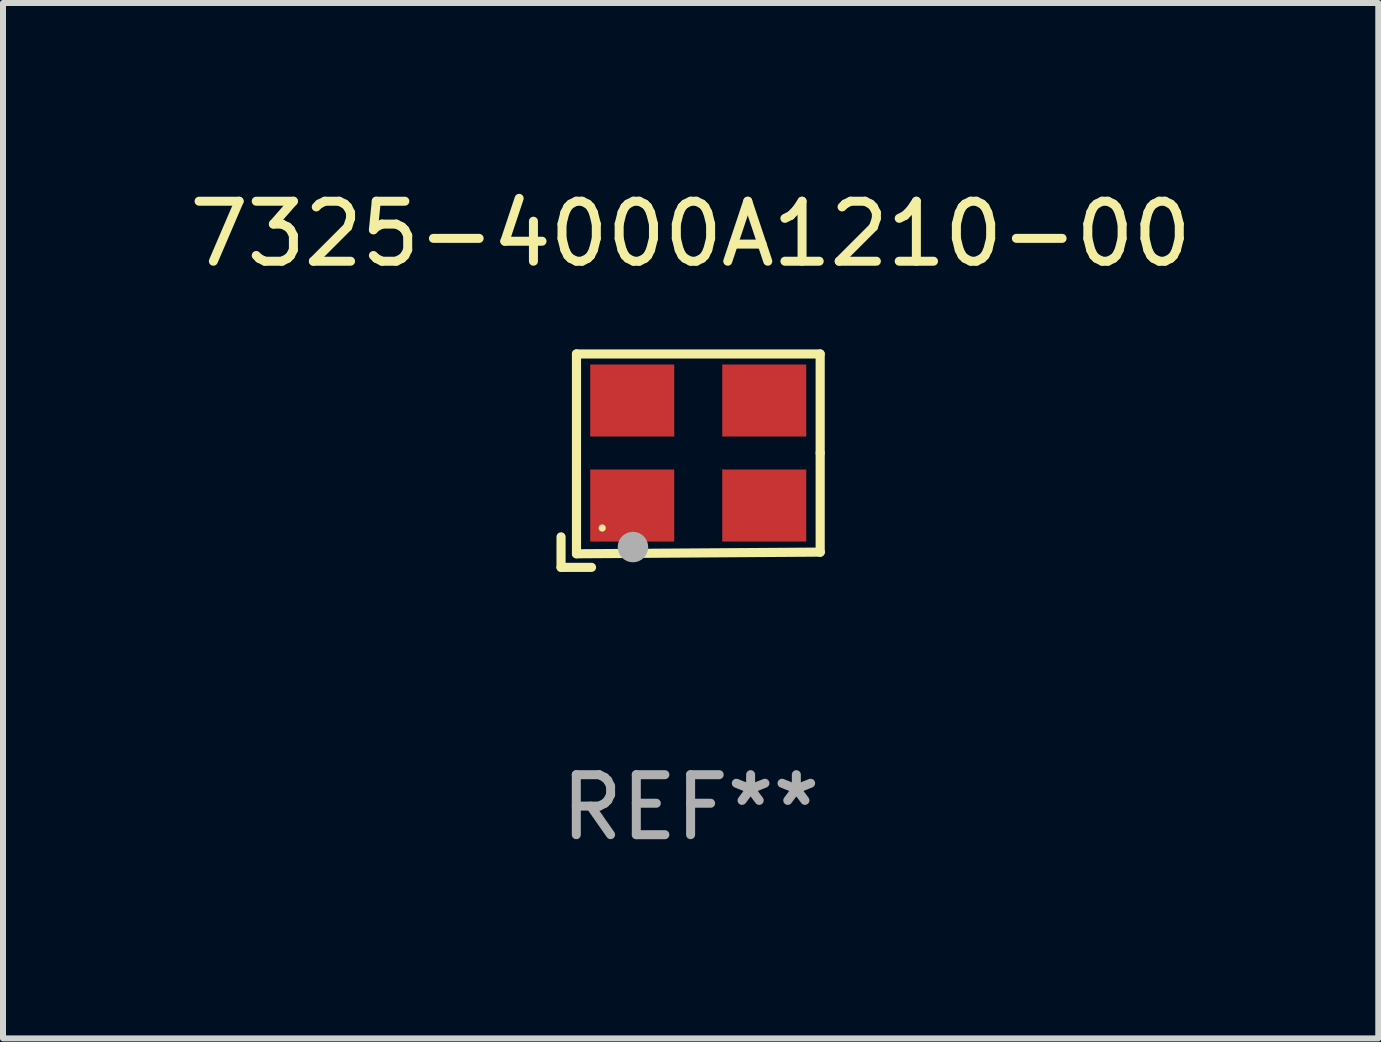
<source format=kicad_pcb>
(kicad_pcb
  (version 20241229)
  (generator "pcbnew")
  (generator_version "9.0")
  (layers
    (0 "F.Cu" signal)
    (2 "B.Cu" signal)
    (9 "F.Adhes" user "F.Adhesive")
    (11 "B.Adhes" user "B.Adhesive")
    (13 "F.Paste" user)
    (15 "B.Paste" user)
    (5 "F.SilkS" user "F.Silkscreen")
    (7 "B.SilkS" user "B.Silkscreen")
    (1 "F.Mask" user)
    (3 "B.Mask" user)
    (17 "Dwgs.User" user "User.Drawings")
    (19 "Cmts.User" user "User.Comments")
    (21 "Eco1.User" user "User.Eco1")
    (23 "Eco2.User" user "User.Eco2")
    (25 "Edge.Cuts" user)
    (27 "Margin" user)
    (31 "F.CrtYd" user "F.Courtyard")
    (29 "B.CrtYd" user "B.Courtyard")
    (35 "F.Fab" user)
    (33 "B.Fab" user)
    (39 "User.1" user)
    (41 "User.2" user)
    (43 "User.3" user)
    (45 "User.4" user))
  (footprint "7325-4000A1210-00"
    (layer "F.Cu")
    (at 8.458 4.626)
    (property "Reference" "7325-4000A1210-00" (at 0 -3.778 0) (layer "F.SilkS") (effects (font (size 1 1) (thickness 0.15))))
    (attr through_hole)
    (fp_line (start -2.159 1.27) (end -2.159 1.778) (stroke (width 0.152) (type solid)) (layer "F.SilkS"))
    (fp_line (start -2.159 1.778) (end -1.651 1.778) (stroke (width 0.152) (type solid)) (layer "F.SilkS"))
    (fp_line (start -1.902 -1.778) (end 2.159 -1.778) (stroke (width 0.152) (type solid)) (layer "F.SilkS"))
    (fp_line (start -1.902 1.552) (end -1.902 -1.778) (stroke (width 0.152) (type solid)) (layer "F.SilkS"))
    (fp_line (start 2.159 -1.778) (end 2.159 -0.127) (stroke (width 0.152) (type solid)) (layer "F.SilkS"))
    (fp_line (start 2.159 -0.127) (end 2.159 1.524) (stroke (width 0.152) (type solid)) (layer "F.SilkS"))
    (fp_line (start 2.159 1.524) (end -1.902 1.552) (stroke (width 0.152) (type solid)) (layer "F.SilkS"))
    (fp_line (start 2.159 1.524) (end 2.159 1.524) (stroke (width 0.152) (type solid)) (layer "F.SilkS"))
    (fp_circle (center -1.473 1.123) (end -1.443 1.123) (stroke (width 0.06) (type solid)) (fill no) (layer "F.SilkS"))
    (fp_circle (center -0.961 1.44) (end -0.834 1.44) (stroke (width 0.254) (type solid)) (fill no) (layer "F.Fab"))
    (fp_text user "REF**" (at 0 5.778 0) (layer "F.Fab") (effects (font (size 1 1) (thickness 0.15))))
    (pad "1" smd rect (at -0.973 0.748) (size 1.4 1.2) (layers "F.Cu" "F.Mask" "F.Paste"))
    (pad "2" smd rect (at 1.227 0.748) (size 1.4 1.2) (layers "F.Cu" "F.Mask" "F.Paste"))
    (pad "3" smd rect (at 1.227 -1.002) (size 1.4 1.2) (layers "F.Cu" "F.Mask" "F.Paste"))
    (pad "4" smd rect (at -0.973 -1.002) (size 1.4 1.2) (layers "F.Cu" "F.Mask" "F.Paste")))
  (gr_rect
    (start -3 -3)
    (end 19.917 14.253)
    (stroke (width 0.1) (type default))
    (fill no)
    (layer "Edge.Cuts")))
</source>
